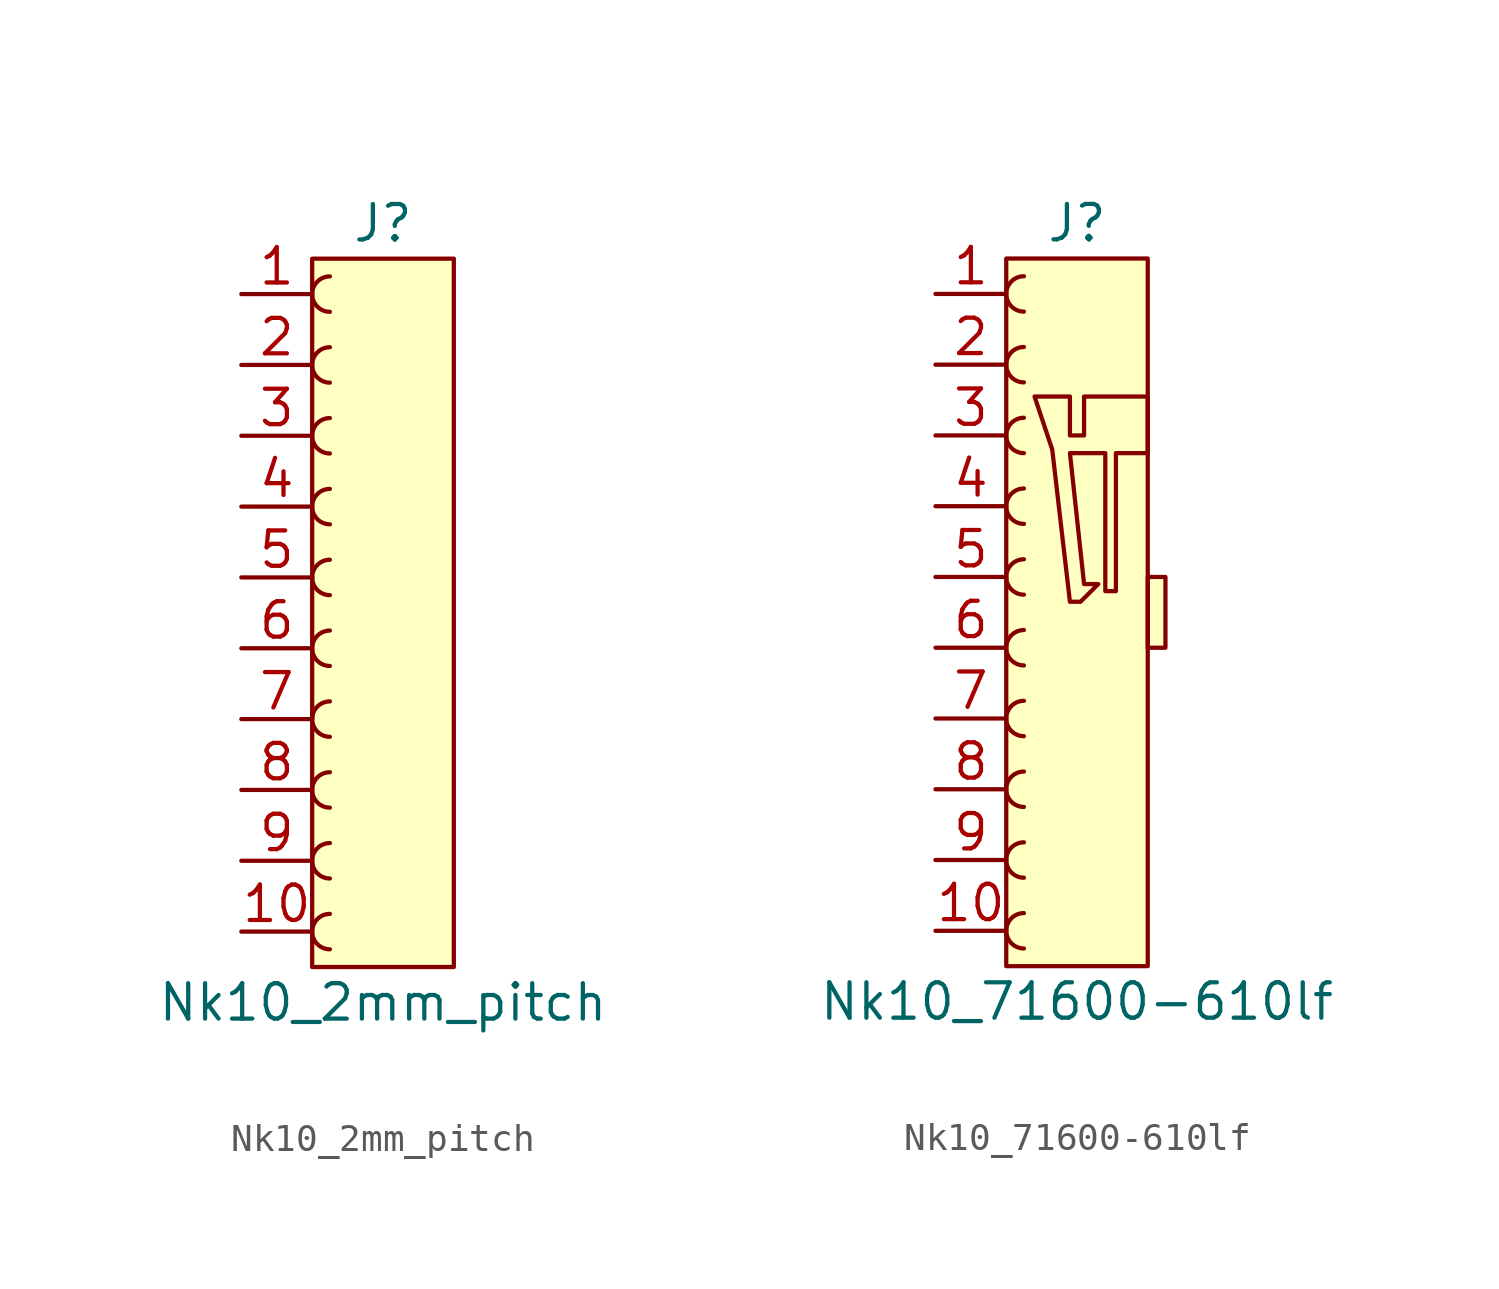
<source format=kicad_sym>
(kicad_symbol_lib
  (version 20211014)
  (generator kicad_symbol_editor)
  (symbol "Nk10_2mm_pitch"
    (pin_names hide)
    (property "Reference" "J"
      (at 0 13.97 0)
      (effects (font (size 1.27 1.27))))
    (property "Value" "Nk10_2mm_pitch"
      (at 0 -13.97 0)
      (effects (font (size 1.27 1.27))))
    (symbol "Nk10_2mm_pitch_0_0"
      (pin passive line (at -5.08 -11.43 0) (length 2.54) (name "Pin_10" (effects (font (size 1.27 1.27)))) (number "10" (effects (font (size 1.27 1.27)))))
      (pin passive line (at -5.08 -3.81 0) (length 2.54) (name "Pin_7" (effects (font (size 1.27 1.27)))) (number "7" (effects (font (size 1.27 1.27)))))
      (pin passive line (at -5.08 -6.35 0) (length 2.54) (name "Pin_8" (effects (font (size 1.27 1.27)))) (number "8" (effects (font (size 1.27 1.27)))))
      (pin passive line (at -5.08 -8.89 0) (length 2.54) (name "Pin_9" (effects (font (size 1.27 1.27)))) (number "9" (effects (font (size 1.27 1.27))))))
    (symbol "Nk10_2mm_pitch_0_1"
      (arc (start -1.905 12.065) (mid -2.54 11.43) (end -1.905 10.795) (stroke (width 0) (type default) (color 0 0 0 0)) (fill (type none)))
      (polyline (pts (xy -2.54 -12.7) (xy -2.54 12.7) (xy 2.54 12.7) (xy 2.54 -12.7) (xy -2.54 -12.7)) (stroke (width 0) (type default) (color 0 0 0 0)) (fill (type background))))
    (symbol "Nk10_2mm_pitch_1_1"
      (arc (start -1.905 -10.795) (mid -2.54 -11.43) (end -1.905 -12.065) (stroke (width 0) (type default) (color 0 0 0 0)) (fill (type none)))
      (arc (start -1.905 -8.255) (mid -2.54 -8.89) (end -1.905 -9.525) (stroke (width 0) (type default) (color 0 0 0 0)) (fill (type none)))
      (arc (start -1.905 -5.715) (mid -2.54 -6.35) (end -1.905 -6.985) (stroke (width 0) (type default) (color 0 0 0 0)) (fill (type none)))
      (arc (start -1.905 -3.175) (mid -2.54 -3.81) (end -1.905 -4.445) (stroke (width 0) (type default) (color 0 0 0 0)) (fill (type none)))
      (arc (start -1.905 -0.635) (mid -2.54 -1.27) (end -1.905 -1.905) (stroke (width 0) (type default) (color 0 0 0 0)) (fill (type none)))
      (arc (start -1.905 1.905) (mid -2.54 1.27) (end -1.905 0.635) (stroke (width 0) (type default) (color 0 0 0 0)) (fill (type none)))
      (arc (start -1.905 4.445) (mid -2.54 3.81) (end -1.905 3.175) (stroke (width 0) (type default) (color 0 0 0 0)) (fill (type none)))
      (arc (start -1.905 6.985) (mid -2.54 6.35) (end -1.905 5.715) (stroke (width 0) (type default) (color 0 0 0 0)) (fill (type none)))
      (arc (start -1.905 9.525) (mid -2.54 8.89) (end -1.905 8.255) (stroke (width 0) (type default) (color 0 0 0 0)) (fill (type none)))
      (pin passive line (at -5.08 11.43 0) (length 2.54) (name "Pin_1" (effects (font (size 1.27 1.27)))) (number "1" (effects (font (size 1.27 1.27)))))
      (pin passive line (at -5.08 8.89 0) (length 2.54) (name "Pin_2" (effects (font (size 1.27 1.27)))) (number "2" (effects (font (size 1.27 1.27)))))
      (pin passive line (at -5.08 6.35 0) (length 2.54) (name "Pin_3" (effects (font (size 1.27 1.27)))) (number "3" (effects (font (size 1.27 1.27)))))
      (pin passive line (at -5.08 3.81 0) (length 2.54) (name "Pin_4" (effects (font (size 1.27 1.27)))) (number "4" (effects (font (size 1.27 1.27)))))
      (pin passive line (at -5.08 1.27 0) (length 2.54) (name "Pin_5" (effects (font (size 1.27 1.27)))) (number "5" (effects (font (size 1.27 1.27)))))
      (pin passive line (at -5.08 -1.27 0) (length 2.54) (name "Pin_6" (effects (font (size 1.27 1.27)))) (number "6" (effects (font (size 1.27 1.27)))))))
  (symbol "Nk10_71600-610lf"
    (pin_names hide)
    (property "Reference" "J"
      (at 0 13.97 0)
      (effects (font (size 1.27 1.27))))
    (property "Value" "Nk10_71600-610lf"
      (at 0 -13.97 0)
      (effects (font (size 1.27 1.27))))
    (symbol "Nk10_71600-610lf_0_0"
      (rectangle (start 2.54 1.27) (end 3.175 -1.27) (stroke (width 0) (type default) (color 0 0 0 0)) (fill (type background)))
      (pin passive line (at -5.08 -11.43 0) (length 2.54) (name "Pin_10" (effects (font (size 1.27 1.27)))) (number "10" (effects (font (size 1.27 1.27)))))
      (pin passive line (at -5.08 -3.81 0) (length 2.54) (name "Pin_7" (effects (font (size 1.27 1.27)))) (number "7" (effects (font (size 1.27 1.27)))))
      (pin passive line (at -5.08 -6.35 0) (length 2.54) (name "Pin_8" (effects (font (size 1.27 1.27)))) (number "8" (effects (font (size 1.27 1.27)))))
      (pin passive line (at -5.08 -8.89 0) (length 2.54) (name "Pin_9" (effects (font (size 1.27 1.27)))) (number "9" (effects (font (size 1.27 1.27))))))
    (symbol "Nk10_71600-610lf_0_1"
      (arc (start -1.905 12.065) (mid -2.54 11.43) (end -1.905 10.795) (stroke (width 0) (type default) (color 0 0 0 0)) (fill (type none)))
      (polyline (pts (xy -2.54 -12.7) (xy -2.54 12.7) (xy 2.54 12.7) (xy 2.54 -12.7) (xy -2.54 -12.7)) (stroke (width 0) (type default) (color 0 0 0 0)) (fill (type background)))
      (polyline (pts (xy -0.254 7.747) (xy -1.524 7.747) (xy -0.889 5.842) (xy -0.254 0.381) (xy 0.127 0.381) (xy 0.762 1.016) (xy 0.254 1.016) (xy -0.254 5.715) (xy 0.254 5.715) (xy 1.016 5.715) (xy 1.016 0.762) (xy 1.397 0.762) (xy 1.397 5.715) (xy 2.54 5.715) (xy 2.54 7.62) (xy 2.54 7.747) (xy 0.254 7.747) (xy 0.254 6.35) (xy -0.254 6.35) (xy -0.254 7.747)) (stroke (width 0) (type default) (color 0 0 0 0)) (fill (type none))))
    (symbol "Nk10_71600-610lf_1_1"
      (arc (start -1.905 -10.795) (mid -2.54 -11.43) (end -1.905 -12.065) (stroke (width 0) (type default) (color 0 0 0 0)) (fill (type none)))
      (arc (start -1.905 -8.255) (mid -2.54 -8.89) (end -1.905 -9.525) (stroke (width 0) (type default) (color 0 0 0 0)) (fill (type none)))
      (arc (start -1.905 -5.715) (mid -2.54 -6.35) (end -1.905 -6.985) (stroke (width 0) (type default) (color 0 0 0 0)) (fill (type none)))
      (arc (start -1.905 -3.175) (mid -2.54 -3.81) (end -1.905 -4.445) (stroke (width 0) (type default) (color 0 0 0 0)) (fill (type none)))
      (arc (start -1.905 -0.635) (mid -2.54 -1.27) (end -1.905 -1.905) (stroke (width 0) (type default) (color 0 0 0 0)) (fill (type none)))
      (arc (start -1.905 1.905) (mid -2.54 1.27) (end -1.905 0.635) (stroke (width 0) (type default) (color 0 0 0 0)) (fill (type none)))
      (arc (start -1.905 4.445) (mid -2.54 3.81) (end -1.905 3.175) (stroke (width 0) (type default) (color 0 0 0 0)) (fill (type none)))
      (arc (start -1.905 6.985) (mid -2.54 6.35) (end -1.905 5.715) (stroke (width 0) (type default) (color 0 0 0 0)) (fill (type none)))
      (arc (start -1.905 9.525) (mid -2.54 8.89) (end -1.905 8.255) (stroke (width 0) (type default) (color 0 0 0 0)) (fill (type none)))
      (pin passive line (at -5.08 11.43 0) (length 2.54) (name "Pin_1" (effects (font (size 1.27 1.27)))) (number "1" (effects (font (size 1.27 1.27)))))
      (pin passive line (at -5.08 8.89 0) (length 2.54) (name "Pin_2" (effects (font (size 1.27 1.27)))) (number "2" (effects (font (size 1.27 1.27)))))
      (pin passive line (at -5.08 6.35 0) (length 2.54) (name "Pin_3" (effects (font (size 1.27 1.27)))) (number "3" (effects (font (size 1.27 1.27)))))
      (pin passive line (at -5.08 3.81 0) (length 2.54) (name "Pin_4" (effects (font (size 1.27 1.27)))) (number "4" (effects (font (size 1.27 1.27)))))
      (pin passive line (at -5.08 1.27 0) (length 2.54) (name "Pin_5" (effects (font (size 1.27 1.27)))) (number "5" (effects (font (size 1.27 1.27)))))
      (pin passive line (at -5.08 -1.27 0) (length 2.54) (name "Pin_6" (effects (font (size 1.27 1.27)))) (number "6" (effects (font (size 1.27 1.27))))))))
</source>
